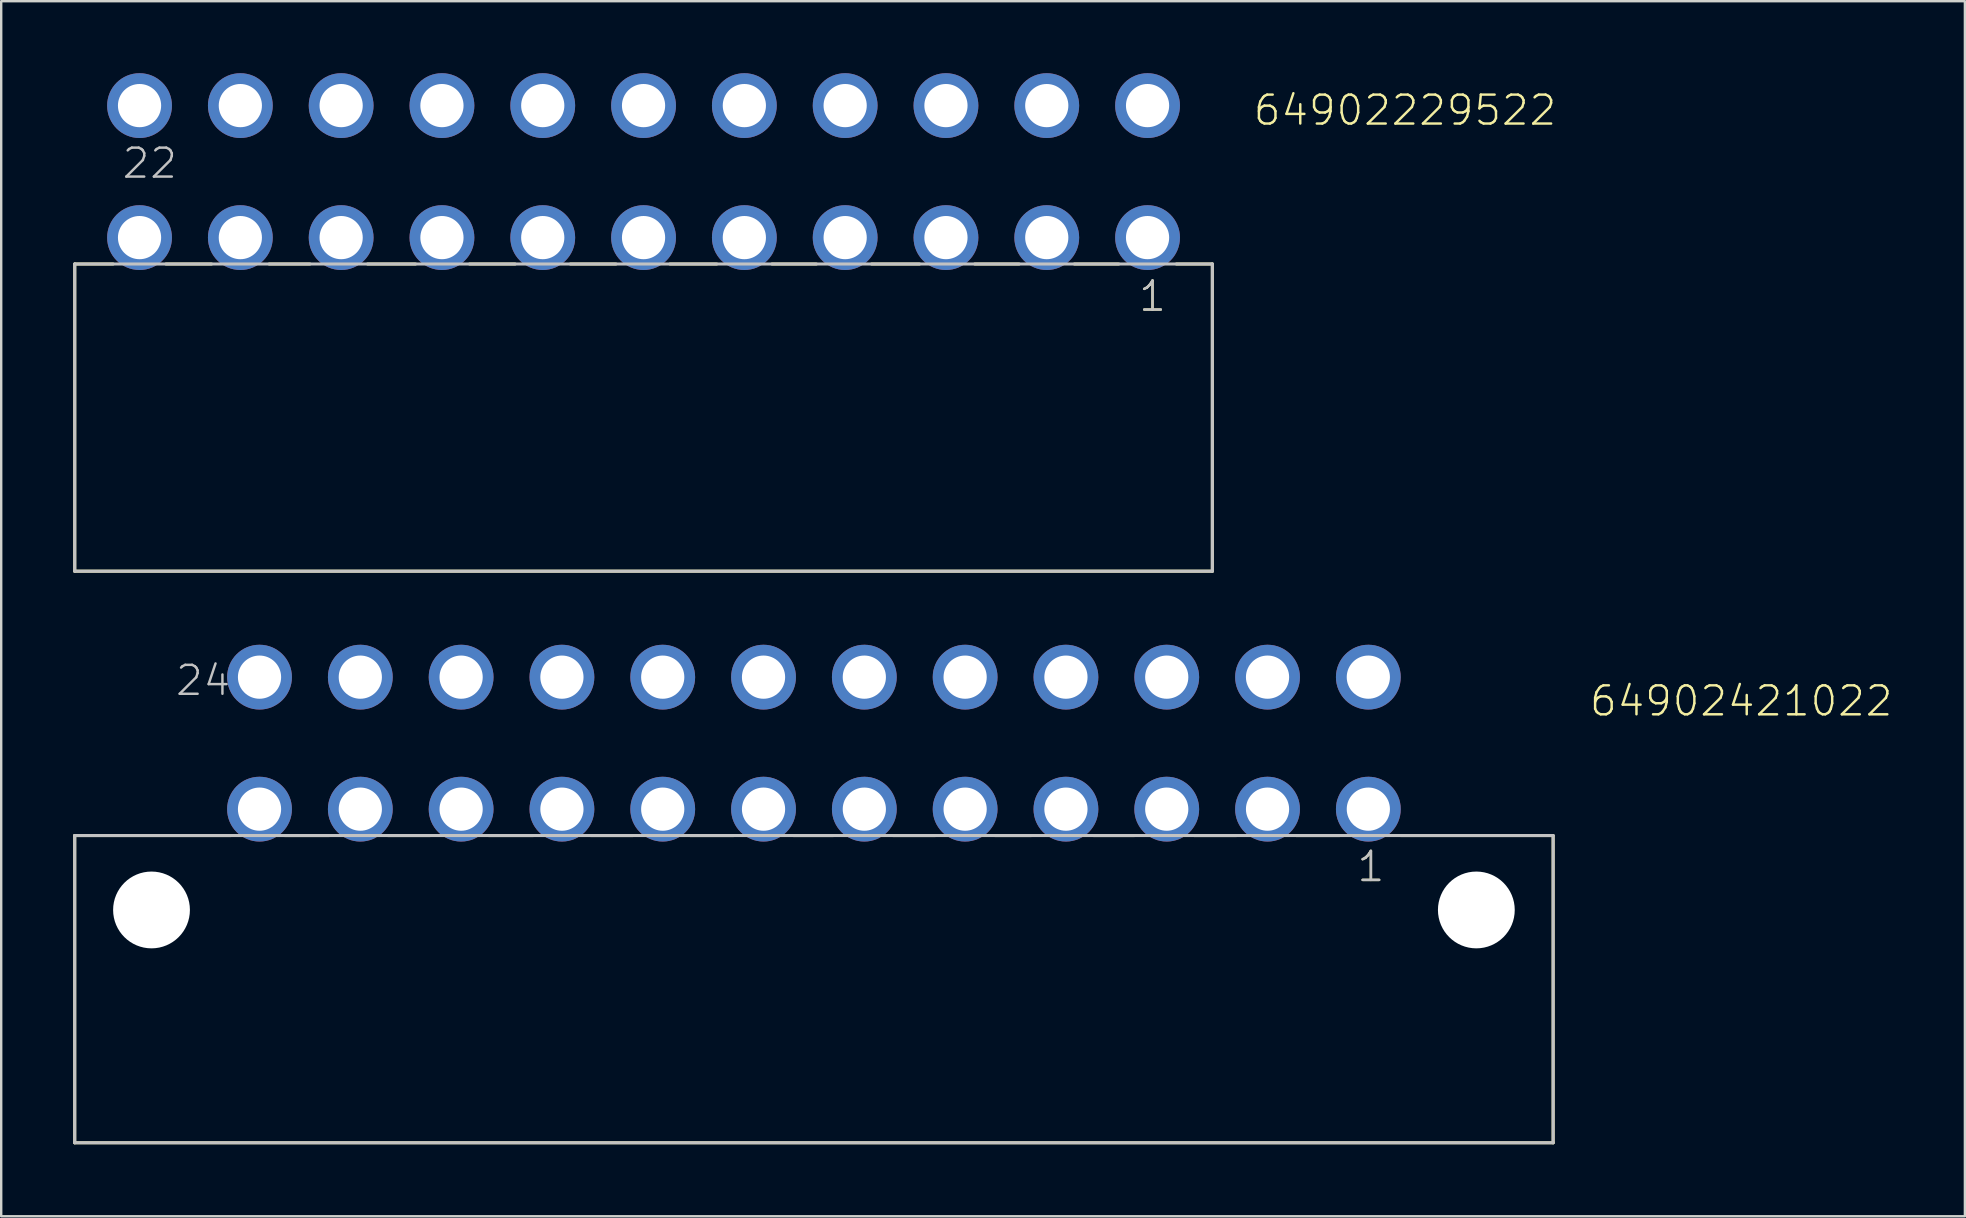
<source format=kicad_pcb>
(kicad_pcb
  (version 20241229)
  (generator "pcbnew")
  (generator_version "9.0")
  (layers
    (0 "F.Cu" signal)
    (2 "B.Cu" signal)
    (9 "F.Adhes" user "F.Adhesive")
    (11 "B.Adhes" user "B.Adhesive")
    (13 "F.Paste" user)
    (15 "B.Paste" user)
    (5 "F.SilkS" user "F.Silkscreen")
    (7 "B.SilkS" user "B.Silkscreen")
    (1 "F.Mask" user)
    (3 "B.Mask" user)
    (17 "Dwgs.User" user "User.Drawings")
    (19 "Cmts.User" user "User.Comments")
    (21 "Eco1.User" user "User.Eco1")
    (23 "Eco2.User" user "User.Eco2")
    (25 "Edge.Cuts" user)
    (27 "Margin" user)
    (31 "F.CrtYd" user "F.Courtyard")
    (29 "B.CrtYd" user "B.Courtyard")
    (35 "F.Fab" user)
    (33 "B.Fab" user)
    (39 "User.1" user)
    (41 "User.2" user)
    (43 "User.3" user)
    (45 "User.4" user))
  (footprint "64902421022"
    (layer "F.Cu")
    (at 30.863 34.864)
    (property "Reference" "64902421022" (at 32.252 -8 0) (layer "F.SilkS") (effects (font (size 1.206 1.206) (thickness 0.102)) (justify left bottom)))
    (attr through_hole)
    (fp_line (start -30.8 -3.1) (end -24.3 -3.1) (stroke (width 0.127) (type solid)) (layer "F.SilkS"))
    (fp_line (start -30.8 9.7) (end -30.8 -3.1) (stroke (width 0.127) (type solid)) (layer "F.SilkS"))
    (fp_line (start -22.05 -3.1) (end -20.2 -3.1) (stroke (width 0.127) (type solid)) (layer "F.SilkS"))
    (fp_line (start -17.75 -3.1) (end -16 -3.1) (stroke (width 0.127) (type solid)) (layer "F.SilkS"))
    (fp_line (start -13.55 -3.1) (end -11.7 -3.1) (stroke (width 0.127) (type solid)) (layer "F.SilkS"))
    (fp_line (start -9.3 -3.1) (end -7.55 -3.1) (stroke (width 0.127) (type solid)) (layer "F.SilkS"))
    (fp_line (start -5.15 -3.1) (end -3.35 -3.1) (stroke (width 0.127) (type solid)) (layer "F.SilkS"))
    (fp_line (start -0.85 -3.1) (end 0.8 -3.1) (stroke (width 0.127) (type solid)) (layer "F.SilkS"))
    (fp_line (start 3.3 -3.1) (end 5.05 -3.1) (stroke (width 0.127) (type solid)) (layer "F.SilkS"))
    (fp_line (start 7.55 -3.1) (end 9.05 -3.1) (stroke (width 0.127) (type solid)) (layer "F.SilkS"))
    (fp_line (start 11.65 -3.1) (end 13.35 -3.1) (stroke (width 0.127) (type solid)) (layer "F.SilkS"))
    (fp_line (start 15.85 -3.1) (end 17.6 -3.1) (stroke (width 0.127) (type solid)) (layer "F.SilkS"))
    (fp_line (start 20.1 -3.1) (end 21.9 -3.1) (stroke (width 0.127) (type solid)) (layer "F.SilkS"))
    (fp_line (start 24.45 -3.1) (end 30.75 -3.1) (stroke (width 0.127) (type solid)) (layer "F.SilkS"))
    (fp_line (start 30.8 -3.1) (end 30.8 9.7) (stroke (width 0.127) (type solid)) (layer "F.SilkS"))
    (fp_line (start 30.8 9.7) (end -30.8 9.7) (stroke (width 0.127) (type solid)) (layer "F.SilkS"))
    (fp_line (start -30.8 -3.1) (end 30.8 -3.1) (stroke (width 0.127) (type solid)) (layer "Dwgs.User"))
    (fp_line (start -30.8 9.7) (end -30.8 -3.1) (stroke (width 0.127) (type solid)) (layer "Dwgs.User"))
    (fp_line (start 30.8 -3.1) (end 30.8 9.7) (stroke (width 0.127) (type solid)) (layer "Dwgs.User"))
    (fp_line (start 30.8 9.7) (end -30.8 9.7) (stroke (width 0.127) (type solid)) (layer "Dwgs.User"))
    (fp_text user "1" (at 22.565 -1.1 0) (layer "F.SilkS") (effects (font (size 1.206 1.206) (thickness 0.102)) (justify left bottom)))
    (fp_text user "1" (at 22.565 -1.1 0) (layer "Dwgs.User") (effects (font (size 1.206 1.206) (thickness 0.102)) (justify left bottom)))
    (fp_text user "24" (at -26.665 -8.855 0) (layer "Dwgs.User") (effects (font (size 1.206 1.206) (thickness 0.102)) (justify left bottom)))
    (pad "" np_thru_hole circle (at -27.6 0) (size 3.2 3.2) (drill 3.2) (layers "*.Cu"))
    (pad "" np_thru_hole circle (at 27.6 0) (size 3.2 3.2) (drill 3.2) (layers "*.Cu"))
    (pad "1" thru_hole circle (at 23.1 -4.2) (size 2.7 2.7) (drill 1.8) (layers "*.Cu" "*.Mask"))
    (pad "2" thru_hole circle (at 18.9 -4.2) (size 2.7 2.7) (drill 1.8) (layers "*.Cu" "*.Mask"))
    (pad "3" thru_hole circle (at 14.7 -4.2) (size 2.7 2.7) (drill 1.8) (layers "*.Cu" "*.Mask"))
    (pad "4" thru_hole circle (at 10.5 -4.2) (size 2.7 2.7) (drill 1.8) (layers "*.Cu" "*.Mask"))
    (pad "5" thru_hole circle (at 6.3 -4.2) (size 2.7 2.7) (drill 1.8) (layers "*.Cu" "*.Mask"))
    (pad "6" thru_hole circle (at 2.1 -4.2) (size 2.7 2.7) (drill 1.8) (layers "*.Cu" "*.Mask"))
    (pad "7" thru_hole circle (at -2.1 -4.2) (size 2.7 2.7) (drill 1.8) (layers "*.Cu" "*.Mask"))
    (pad "8" thru_hole circle (at -6.3 -4.2) (size 2.7 2.7) (drill 1.8) (layers "*.Cu" "*.Mask"))
    (pad "9" thru_hole circle (at -10.5 -4.2) (size 2.7 2.7) (drill 1.8) (layers "*.Cu" "*.Mask"))
    (pad "10" thru_hole circle (at -14.7 -4.2) (size 2.7 2.7) (drill 1.8) (layers "*.Cu" "*.Mask"))
    (pad "11" thru_hole circle (at -18.9 -4.2) (size 2.7 2.7) (drill 1.8) (layers "*.Cu" "*.Mask"))
    (pad "12" thru_hole circle (at -23.1 -4.2) (size 2.7 2.7) (drill 1.8) (layers "*.Cu" "*.Mask"))
    (pad "13" thru_hole circle (at 23.1 -9.7) (size 2.7 2.7) (drill 1.8) (layers "*.Cu" "*.Mask"))
    (pad "14" thru_hole circle (at 18.9 -9.7) (size 2.7 2.7) (drill 1.8) (layers "*.Cu" "*.Mask"))
    (pad "15" thru_hole circle (at 14.7 -9.7) (size 2.7 2.7) (drill 1.8) (layers "*.Cu" "*.Mask"))
    (pad "16" thru_hole circle (at 10.5 -9.7) (size 2.7 2.7) (drill 1.8) (layers "*.Cu" "*.Mask"))
    (pad "17" thru_hole circle (at 6.3 -9.7) (size 2.7 2.7) (drill 1.8) (layers "*.Cu" "*.Mask"))
    (pad "18" thru_hole circle (at 2.1 -9.7) (size 2.7 2.7) (drill 1.8) (layers "*.Cu" "*.Mask"))
    (pad "19" thru_hole circle (at -2.1 -9.7) (size 2.7 2.7) (drill 1.8) (layers "*.Cu" "*.Mask"))
    (pad "20" thru_hole circle (at -6.3 -9.7) (size 2.7 2.7) (drill 1.8) (layers "*.Cu" "*.Mask"))
    (pad "21" thru_hole circle (at -10.5 -9.7) (size 2.7 2.7) (drill 1.8) (layers "*.Cu" "*.Mask"))
    (pad "22" thru_hole circle (at -14.7 -9.7) (size 2.7 2.7) (drill 1.8) (layers "*.Cu" "*.Mask"))
    (pad "23" thru_hole circle (at -18.9 -9.7) (size 2.7 2.7) (drill 1.8) (layers "*.Cu" "*.Mask"))
    (pad "24" thru_hole circle (at -23.1 -9.7) (size 2.7 2.7) (drill 1.8) (layers "*.Cu" "*.Mask")))
  (footprint "64902229522"
    (layer "F.Cu")
    (at 23.764 4.1)
    (property "Reference" "64902229522" (at 25.343 -1.85 0) (layer "F.SilkS") (effects (font (size 1.206 1.206) (thickness 0.102)) (justify left bottom)))
    (attr through_hole)
    (fp_line (start -23.7 3.85) (end -22.1 3.85) (stroke (width 0.127) (type solid)) (layer "F.SilkS"))
    (fp_line (start -23.7 16.65) (end -23.7 3.85) (stroke (width 0.127) (type solid)) (layer "F.SilkS"))
    (fp_line (start -19.9 3.85) (end -18 3.85) (stroke (width 0.127) (type solid)) (layer "F.SilkS"))
    (fp_line (start -15.6 3.85) (end -13.9 3.85) (stroke (width 0.127) (type solid)) (layer "F.SilkS"))
    (fp_line (start -11.5 3.85) (end -9.5 3.85) (stroke (width 0.127) (type solid)) (layer "F.SilkS"))
    (fp_line (start -7.25 3.85) (end -5.35 3.85) (stroke (width 0.127) (type solid)) (layer "F.SilkS"))
    (fp_line (start -3.05 3.85) (end -1.15 3.85) (stroke (width 0.127) (type solid)) (layer "F.SilkS"))
    (fp_line (start 1.1 3.85) (end 3.05 3.85) (stroke (width 0.127) (type solid)) (layer "F.SilkS"))
    (fp_line (start 5.35 3.85) (end 7.2 3.85) (stroke (width 0.127) (type solid)) (layer "F.SilkS"))
    (fp_line (start 9.5 3.85) (end 11.5 3.85) (stroke (width 0.127) (type solid)) (layer "F.SilkS"))
    (fp_line (start 13.8 3.85) (end 15.65 3.85) (stroke (width 0.127) (type solid)) (layer "F.SilkS"))
    (fp_line (start 17.95 3.85) (end 19.8 3.85) (stroke (width 0.127) (type solid)) (layer "F.SilkS"))
    (fp_line (start 22.2 3.85) (end 23.7 3.85) (stroke (width 0.127) (type solid)) (layer "F.SilkS"))
    (fp_line (start 23.7 3.85) (end 23.7 16.65) (stroke (width 0.127) (type solid)) (layer "F.SilkS"))
    (fp_line (start 23.7 16.65) (end -23.7 16.65) (stroke (width 0.127) (type solid)) (layer "F.SilkS"))
    (fp_line (start -23.7 3.85) (end 23.7 3.85) (stroke (width 0.127) (type solid)) (layer "Dwgs.User"))
    (fp_line (start -23.7 16.65) (end -23.7 3.85) (stroke (width 0.127) (type solid)) (layer "Dwgs.User"))
    (fp_line (start 23.7 3.85) (end 23.7 16.65) (stroke (width 0.127) (type solid)) (layer "Dwgs.User"))
    (fp_line (start 23.7 16.65) (end -23.7 16.65) (stroke (width 0.127) (type solid)) (layer "Dwgs.User"))
    (fp_text user "1" (at 20.565 5.9 0) (layer "F.SilkS") (effects (font (size 1.206 1.206) (thickness 0.102)) (justify left bottom)))
    (fp_text user "22" (at -21.79 0.36 0) (layer "Dwgs.User") (effects (font (size 1.206 1.206) (thickness 0.102)) (justify left bottom)))
    (fp_text user "1" (at 20.565 5.9 0) (layer "Dwgs.User") (effects (font (size 1.206 1.206) (thickness 0.102)) (justify left bottom)))
    (pad "1" thru_hole circle (at 21 2.75) (size 2.7 2.7) (drill 1.8) (layers "*.Cu" "*.Mask"))
    (pad "2" thru_hole circle (at 16.8 2.75) (size 2.7 2.7) (drill 1.8) (layers "*.Cu" "*.Mask"))
    (pad "3" thru_hole circle (at 12.6 2.75) (size 2.7 2.7) (drill 1.8) (layers "*.Cu" "*.Mask"))
    (pad "4" thru_hole circle (at 8.4 2.75) (size 2.7 2.7) (drill 1.8) (layers "*.Cu" "*.Mask"))
    (pad "5" thru_hole circle (at 4.2 2.75) (size 2.7 2.7) (drill 1.8) (layers "*.Cu" "*.Mask"))
    (pad "6" thru_hole circle (at 0 2.75) (size 2.7 2.7) (drill 1.8) (layers "*.Cu" "*.Mask"))
    (pad "7" thru_hole circle (at -4.2 2.75) (size 2.7 2.7) (drill 1.8) (layers "*.Cu" "*.Mask"))
    (pad "8" thru_hole circle (at -8.4 2.75) (size 2.7 2.7) (drill 1.8) (layers "*.Cu" "*.Mask"))
    (pad "9" thru_hole circle (at -12.6 2.75) (size 2.7 2.7) (drill 1.8) (layers "*.Cu" "*.Mask"))
    (pad "10" thru_hole circle (at -16.8 2.75) (size 2.7 2.7) (drill 1.8) (layers "*.Cu" "*.Mask"))
    (pad "11" thru_hole circle (at -21 2.75) (size 2.7 2.7) (drill 1.8) (layers "*.Cu" "*.Mask"))
    (pad "12" thru_hole circle (at 21 -2.75) (size 2.7 2.7) (drill 1.8) (layers "*.Cu" "*.Mask"))
    (pad "13" thru_hole circle (at 16.8 -2.75) (size 2.7 2.7) (drill 1.8) (layers "*.Cu" "*.Mask"))
    (pad "14" thru_hole circle (at 12.6 -2.75) (size 2.7 2.7) (drill 1.8) (layers "*.Cu" "*.Mask"))
    (pad "15" thru_hole circle (at 8.4 -2.75) (size 2.7 2.7) (drill 1.8) (layers "*.Cu" "*.Mask"))
    (pad "16" thru_hole circle (at 4.2 -2.75) (size 2.7 2.7) (drill 1.8) (layers "*.Cu" "*.Mask"))
    (pad "17" thru_hole circle (at 0 -2.75) (size 2.7 2.7) (drill 1.8) (layers "*.Cu" "*.Mask"))
    (pad "18" thru_hole circle (at -4.2 -2.75) (size 2.7 2.7) (drill 1.8) (layers "*.Cu" "*.Mask"))
    (pad "19" thru_hole circle (at -8.4 -2.75) (size 2.7 2.7) (drill 1.8) (layers "*.Cu" "*.Mask"))
    (pad "20" thru_hole circle (at -12.6 -2.75) (size 2.7 2.7) (drill 1.8) (layers "*.Cu" "*.Mask"))
    (pad "21" thru_hole circle (at -16.8 -2.75) (size 2.7 2.7) (drill 1.8) (layers "*.Cu" "*.Mask"))
    (pad "22" thru_hole circle (at -21 -2.75) (size 2.7 2.7) (drill 1.8) (layers "*.Cu" "*.Mask")))
  (gr_rect
    (start -3 -3)
    (end 78.819 47.627)
    (stroke (width 0.1) (type default))
    (fill no)
    (layer "Edge.Cuts")))
</source>
